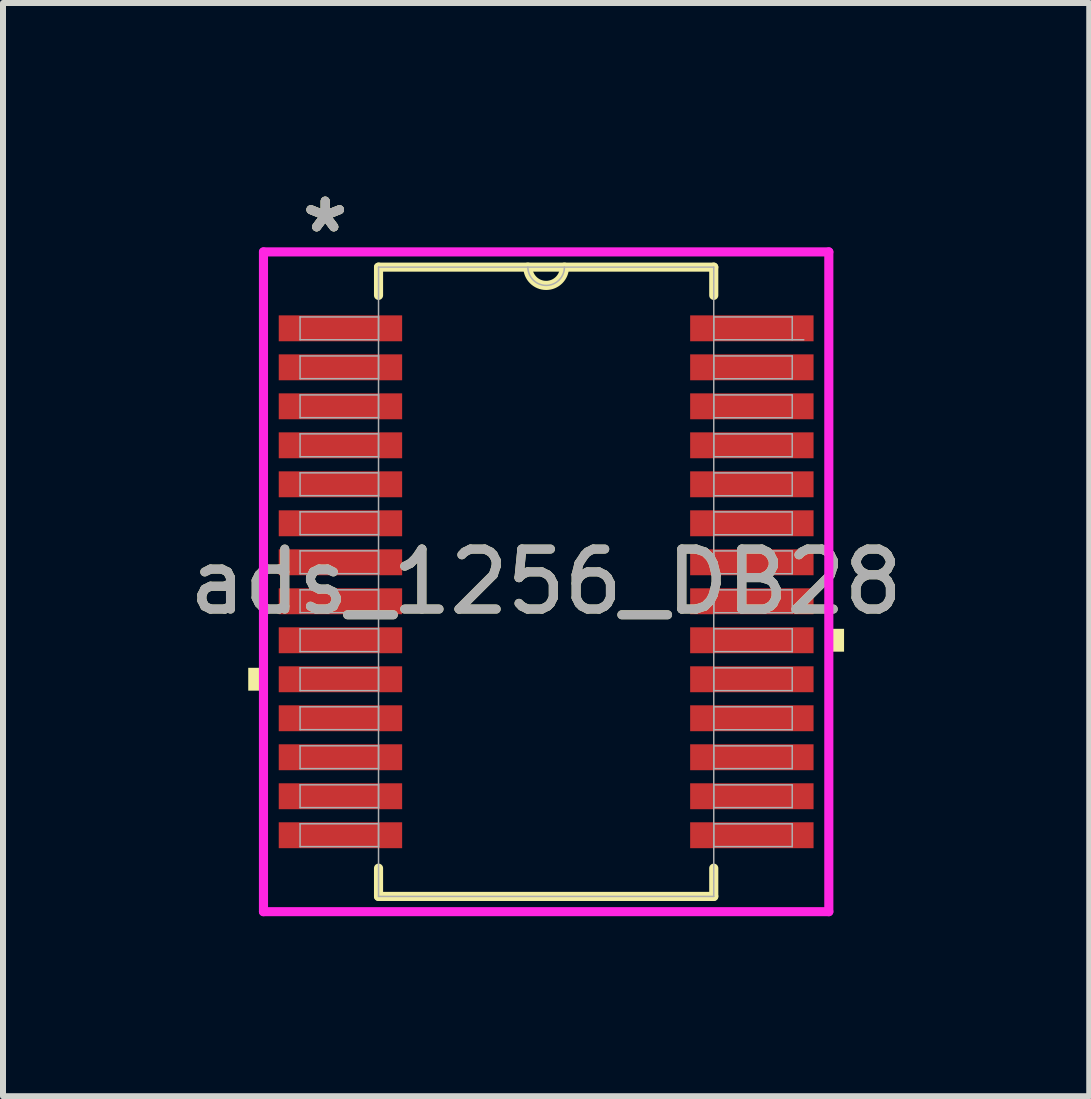
<source format=kicad_pcb>
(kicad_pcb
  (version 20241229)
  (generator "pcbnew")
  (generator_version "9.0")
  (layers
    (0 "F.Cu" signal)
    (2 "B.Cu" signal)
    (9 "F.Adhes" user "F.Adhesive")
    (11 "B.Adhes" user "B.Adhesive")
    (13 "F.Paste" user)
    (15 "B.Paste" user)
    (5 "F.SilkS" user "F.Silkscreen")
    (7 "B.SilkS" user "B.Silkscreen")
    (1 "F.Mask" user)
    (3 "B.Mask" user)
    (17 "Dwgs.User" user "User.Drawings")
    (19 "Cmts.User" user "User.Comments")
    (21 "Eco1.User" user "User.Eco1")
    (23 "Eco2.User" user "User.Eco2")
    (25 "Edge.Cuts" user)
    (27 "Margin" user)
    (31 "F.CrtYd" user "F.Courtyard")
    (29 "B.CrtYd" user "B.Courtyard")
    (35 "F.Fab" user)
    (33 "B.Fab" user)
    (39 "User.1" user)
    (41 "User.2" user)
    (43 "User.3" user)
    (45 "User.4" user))
  (footprint "ads_1256_DB28"
    (layer "F.Cu")
    (at 6.054 6.648)
    (property "Reference" "ads_1256_DB28" (at 0 0 0) (unlocked yes) (layer "F.SilkS") (effects (font (size 1 1) (thickness 0.15))))
    (attr smd)
    (fp_line (start -2.794 -5.245) (end -2.794 -4.774) (stroke (width 0.152) (type solid)) (layer "F.SilkS"))
    (fp_line (start -2.794 4.774) (end -2.794 5.245) (stroke (width 0.152) (type solid)) (layer "F.SilkS"))
    (fp_line (start -2.794 5.245) (end 2.794 5.245) (stroke (width 0.152) (type solid)) (layer "F.SilkS"))
    (fp_line (start 2.794 -5.245) (end -2.794 -5.245) (stroke (width 0.152) (type solid)) (layer "F.SilkS"))
    (fp_line (start 2.794 -4.774) (end 2.794 -5.245) (stroke (width 0.152) (type solid)) (layer "F.SilkS"))
    (fp_line (start 2.794 5.245) (end 2.794 4.774) (stroke (width 0.152) (type solid)) (layer "F.SilkS"))
    (fp_arc (start 0.3048 -5.2451) (mid 0 -4.9403) (end -0.3048 -5.2451) (stroke (width 0.1524) (type solid)) (layer "F.SilkS"))
    (fp_poly (pts (xy -4.966 1.434) (xy -4.966 1.815) (xy -4.712 1.815) (xy -4.712 1.434)) (stroke (width 0) (type solid)) (fill yes) (layer "F.SilkS"))
    (fp_poly (pts (xy 4.966 0.784) (xy 4.966 1.165) (xy 4.712 1.165) (xy 4.712 0.784)) (stroke (width 0) (type solid)) (fill yes) (layer "F.SilkS"))
    (fp_line (start -4.712 -5.499) (end 4.712 -5.499) (stroke (width 0.152) (type solid)) (layer "F.CrtYd"))
    (fp_line (start -4.712 5.499) (end -4.712 -5.499) (stroke (width 0.152) (type solid)) (layer "F.CrtYd"))
    (fp_line (start 4.712 -5.499) (end 4.712 5.499) (stroke (width 0.152) (type solid)) (layer "F.CrtYd"))
    (fp_line (start 4.712 5.499) (end -4.712 5.499) (stroke (width 0.152) (type solid)) (layer "F.CrtYd"))
    (fp_line (start -4.102 -4.415) (end -4.102 -4.035) (stroke (width 0.025) (type solid)) (layer "F.Fab"))
    (fp_line (start -4.102 -4.035) (end -2.794 -4.035) (stroke (width 0.025) (type solid)) (layer "F.Fab"))
    (fp_line (start -4.102 -3.765) (end -4.102 -3.385) (stroke (width 0.025) (type solid)) (layer "F.Fab"))
    (fp_line (start -4.102 -3.385) (end -2.794 -3.385) (stroke (width 0.025) (type solid)) (layer "F.Fab"))
    (fp_line (start -4.102 -3.115) (end -4.102 -2.735) (stroke (width 0.025) (type solid)) (layer "F.Fab"))
    (fp_line (start -4.102 -2.735) (end -2.794 -2.735) (stroke (width 0.025) (type solid)) (layer "F.Fab"))
    (fp_line (start -4.102 -2.466) (end -4.102 -2.084) (stroke (width 0.025) (type solid)) (layer "F.Fab"))
    (fp_line (start -4.102 -2.084) (end -2.794 -2.084) (stroke (width 0.025) (type solid)) (layer "F.Fab"))
    (fp_line (start -4.102 -1.816) (end -4.102 -1.435) (stroke (width 0.025) (type solid)) (layer "F.Fab"))
    (fp_line (start -4.102 -1.435) (end -2.794 -1.435) (stroke (width 0.025) (type solid)) (layer "F.Fab"))
    (fp_line (start -4.102 -1.166) (end -4.102 -0.785) (stroke (width 0.025) (type solid)) (layer "F.Fab"))
    (fp_line (start -4.102 -0.785) (end -2.794 -0.785) (stroke (width 0.025) (type solid)) (layer "F.Fab"))
    (fp_line (start -4.102 -0.516) (end -4.102 -0.135) (stroke (width 0.025) (type solid)) (layer "F.Fab"))
    (fp_line (start -4.102 -0.135) (end -2.794 -0.135) (stroke (width 0.025) (type solid)) (layer "F.Fab"))
    (fp_line (start -4.102 0.134) (end -4.102 0.515) (stroke (width 0.025) (type solid)) (layer "F.Fab"))
    (fp_line (start -4.102 0.515) (end -2.794 0.515) (stroke (width 0.025) (type solid)) (layer "F.Fab"))
    (fp_line (start -4.102 0.784) (end -4.102 1.165) (stroke (width 0.025) (type solid)) (layer "F.Fab"))
    (fp_line (start -4.102 1.165) (end -2.794 1.165) (stroke (width 0.025) (type solid)) (layer "F.Fab"))
    (fp_line (start -4.102 1.434) (end -4.102 1.815) (stroke (width 0.025) (type solid)) (layer "F.Fab"))
    (fp_line (start -4.102 1.815) (end -2.794 1.815) (stroke (width 0.025) (type solid)) (layer "F.Fab"))
    (fp_line (start -4.102 2.084) (end -4.102 2.465) (stroke (width 0.025) (type solid)) (layer "F.Fab"))
    (fp_line (start -4.102 2.465) (end -2.794 2.465) (stroke (width 0.025) (type solid)) (layer "F.Fab"))
    (fp_line (start -4.102 2.734) (end -4.102 3.115) (stroke (width 0.025) (type solid)) (layer "F.Fab"))
    (fp_line (start -4.102 3.115) (end -2.794 3.115) (stroke (width 0.025) (type solid)) (layer "F.Fab"))
    (fp_line (start -4.102 3.384) (end -4.102 3.765) (stroke (width 0.025) (type solid)) (layer "F.Fab"))
    (fp_line (start -4.102 3.765) (end -2.794 3.765) (stroke (width 0.025) (type solid)) (layer "F.Fab"))
    (fp_line (start -4.102 4.034) (end -4.102 4.415) (stroke (width 0.025) (type solid)) (layer "F.Fab"))
    (fp_line (start -4.102 4.415) (end -2.794 4.415) (stroke (width 0.025) (type solid)) (layer "F.Fab"))
    (fp_line (start -2.794 -5.245) (end -2.794 5.245) (stroke (width 0.025) (type solid)) (layer "F.Fab"))
    (fp_line (start -2.794 -4.415) (end -4.102 -4.415) (stroke (width 0.025) (type solid)) (layer "F.Fab"))
    (fp_line (start -2.794 -4.035) (end -2.794 -4.415) (stroke (width 0.025) (type solid)) (layer "F.Fab"))
    (fp_line (start -2.794 -3.765) (end -4.102 -3.765) (stroke (width 0.025) (type solid)) (layer "F.Fab"))
    (fp_line (start -2.794 -3.385) (end -2.794 -3.765) (stroke (width 0.025) (type solid)) (layer "F.Fab"))
    (fp_line (start -2.794 -3.115) (end -4.102 -3.115) (stroke (width 0.025) (type solid)) (layer "F.Fab"))
    (fp_line (start -2.794 -2.735) (end -2.794 -3.115) (stroke (width 0.025) (type solid)) (layer "F.Fab"))
    (fp_line (start -2.794 -2.466) (end -4.102 -2.466) (stroke (width 0.025) (type solid)) (layer "F.Fab"))
    (fp_line (start -2.794 -2.084) (end -2.794 -2.466) (stroke (width 0.025) (type solid)) (layer "F.Fab"))
    (fp_line (start -2.794 -1.816) (end -4.102 -1.816) (stroke (width 0.025) (type solid)) (layer "F.Fab"))
    (fp_line (start -2.794 -1.435) (end -2.794 -1.816) (stroke (width 0.025) (type solid)) (layer "F.Fab"))
    (fp_line (start -2.794 -1.166) (end -4.102 -1.166) (stroke (width 0.025) (type solid)) (layer "F.Fab"))
    (fp_line (start -2.794 -0.785) (end -2.794 -1.166) (stroke (width 0.025) (type solid)) (layer "F.Fab"))
    (fp_line (start -2.794 -0.516) (end -4.102 -0.516) (stroke (width 0.025) (type solid)) (layer "F.Fab"))
    (fp_line (start -2.794 -0.135) (end -2.794 -0.516) (stroke (width 0.025) (type solid)) (layer "F.Fab"))
    (fp_line (start -2.794 0.134) (end -4.102 0.134) (stroke (width 0.025) (type solid)) (layer "F.Fab"))
    (fp_line (start -2.794 0.515) (end -2.794 0.134) (stroke (width 0.025) (type solid)) (layer "F.Fab"))
    (fp_line (start -2.794 0.784) (end -4.102 0.784) (stroke (width 0.025) (type solid)) (layer "F.Fab"))
    (fp_line (start -2.794 1.165) (end -2.794 0.784) (stroke (width 0.025) (type solid)) (layer "F.Fab"))
    (fp_line (start -2.794 1.434) (end -4.102 1.434) (stroke (width 0.025) (type solid)) (layer "F.Fab"))
    (fp_line (start -2.794 1.815) (end -2.794 1.434) (stroke (width 0.025) (type solid)) (layer "F.Fab"))
    (fp_line (start -2.794 2.084) (end -4.102 2.084) (stroke (width 0.025) (type solid)) (layer "F.Fab"))
    (fp_line (start -2.794 2.465) (end -2.794 2.084) (stroke (width 0.025) (type solid)) (layer "F.Fab"))
    (fp_line (start -2.794 2.734) (end -4.102 2.734) (stroke (width 0.025) (type solid)) (layer "F.Fab"))
    (fp_line (start -2.794 3.115) (end -2.794 2.734) (stroke (width 0.025) (type solid)) (layer "F.Fab"))
    (fp_line (start -2.794 3.384) (end -4.102 3.384) (stroke (width 0.025) (type solid)) (layer "F.Fab"))
    (fp_line (start -2.794 3.765) (end -2.794 3.384) (stroke (width 0.025) (type solid)) (layer "F.Fab"))
    (fp_line (start -2.794 4.034) (end -4.102 4.034) (stroke (width 0.025) (type solid)) (layer "F.Fab"))
    (fp_line (start -2.794 4.415) (end -2.794 4.034) (stroke (width 0.025) (type solid)) (layer "F.Fab"))
    (fp_line (start -2.794 5.245) (end 2.794 5.245) (stroke (width 0.025) (type solid)) (layer "F.Fab"))
    (fp_line (start 2.794 -5.245) (end -2.794 -5.245) (stroke (width 0.025) (type solid)) (layer "F.Fab"))
    (fp_line (start 2.794 -4.415) (end 2.794 -4.034) (stroke (width 0.025) (type solid)) (layer "F.Fab"))
    (fp_line (start 2.794 -4.034) (end 4.294 -4.034) (stroke (width 0.025) (type solid)) (layer "F.Fab"))
    (fp_line (start 2.794 -3.765) (end 2.794 -3.384) (stroke (width 0.025) (type solid)) (layer "F.Fab"))
    (fp_line (start 2.794 -3.384) (end 4.102 -3.384) (stroke (width 0.025) (type solid)) (layer "F.Fab"))
    (fp_line (start 2.794 -3.115) (end 2.794 -2.734) (stroke (width 0.025) (type solid)) (layer "F.Fab"))
    (fp_line (start 2.794 -2.734) (end 4.102 -2.734) (stroke (width 0.025) (type solid)) (layer "F.Fab"))
    (fp_line (start 2.794 -2.465) (end 2.794 -2.084) (stroke (width 0.025) (type solid)) (layer "F.Fab"))
    (fp_line (start 2.794 -2.084) (end 4.102 -2.084) (stroke (width 0.025) (type solid)) (layer "F.Fab"))
    (fp_line (start 2.794 -1.815) (end 2.794 -1.434) (stroke (width 0.025) (type solid)) (layer "F.Fab"))
    (fp_line (start 2.794 -1.434) (end 4.102 -1.434) (stroke (width 0.025) (type solid)) (layer "F.Fab"))
    (fp_line (start 2.794 -1.165) (end 2.794 -0.784) (stroke (width 0.025) (type solid)) (layer "F.Fab"))
    (fp_line (start 2.794 -0.784) (end 4.102 -0.784) (stroke (width 0.025) (type solid)) (layer "F.Fab"))
    (fp_line (start 2.794 -0.515) (end 2.794 -0.134) (stroke (width 0.025) (type solid)) (layer "F.Fab"))
    (fp_line (start 2.794 -0.134) (end 4.102 -0.134) (stroke (width 0.025) (type solid)) (layer "F.Fab"))
    (fp_line (start 2.794 0.135) (end 2.794 0.516) (stroke (width 0.025) (type solid)) (layer "F.Fab"))
    (fp_line (start 2.794 0.516) (end 4.102 0.516) (stroke (width 0.025) (type solid)) (layer "F.Fab"))
    (fp_line (start 2.794 0.784) (end 2.794 1.165) (stroke (width 0.025) (type solid)) (layer "F.Fab"))
    (fp_line (start 2.794 1.165) (end 4.102 1.165) (stroke (width 0.025) (type solid)) (layer "F.Fab"))
    (fp_line (start 2.794 1.435) (end 2.794 1.815) (stroke (width 0.025) (type solid)) (layer "F.Fab"))
    (fp_line (start 2.794 1.815) (end 4.102 1.815) (stroke (width 0.025) (type solid)) (layer "F.Fab"))
    (fp_line (start 2.794 2.084) (end 2.794 2.466) (stroke (width 0.025) (type solid)) (layer "F.Fab"))
    (fp_line (start 2.794 2.466) (end 4.102 2.466) (stroke (width 0.025) (type solid)) (layer "F.Fab"))
    (fp_line (start 2.794 2.735) (end 2.794 3.115) (stroke (width 0.025) (type solid)) (layer "F.Fab"))
    (fp_line (start 2.794 3.115) (end 4.102 3.115) (stroke (width 0.025) (type solid)) (layer "F.Fab"))
    (fp_line (start 2.794 3.385) (end 2.794 3.765) (stroke (width 0.025) (type solid)) (layer "F.Fab"))
    (fp_line (start 2.794 3.765) (end 4.102 3.765) (stroke (width 0.025) (type solid)) (layer "F.Fab"))
    (fp_line (start 2.794 4.035) (end 2.794 4.415) (stroke (width 0.025) (type solid)) (layer "F.Fab"))
    (fp_line (start 2.794 4.415) (end 4.102 4.415) (stroke (width 0.025) (type solid)) (layer "F.Fab"))
    (fp_line (start 2.794 5.245) (end 2.794 -5.245) (stroke (width 0.025) (type solid)) (layer "F.Fab"))
    (fp_line (start 4.102 -4.415) (end 2.794 -4.415) (stroke (width 0.025) (type solid)) (layer "F.Fab"))
    (fp_line (start 4.102 -4.034) (end 4.102 -4.415) (stroke (width 0.025) (type solid)) (layer "F.Fab"))
    (fp_line (start 4.102 -3.765) (end 2.794 -3.765) (stroke (width 0.025) (type solid)) (layer "F.Fab"))
    (fp_line (start 4.102 -3.384) (end 4.102 -3.765) (stroke (width 0.025) (type solid)) (layer "F.Fab"))
    (fp_line (start 4.102 -3.115) (end 2.794 -3.115) (stroke (width 0.025) (type solid)) (layer "F.Fab"))
    (fp_line (start 4.102 -2.734) (end 4.102 -3.115) (stroke (width 0.025) (type solid)) (layer "F.Fab"))
    (fp_line (start 4.102 -2.465) (end 2.794 -2.465) (stroke (width 0.025) (type solid)) (layer "F.Fab"))
    (fp_line (start 4.102 -2.084) (end 4.102 -2.465) (stroke (width 0.025) (type solid)) (layer "F.Fab"))
    (fp_line (start 4.102 -1.815) (end 2.794 -1.815) (stroke (width 0.025) (type solid)) (layer "F.Fab"))
    (fp_line (start 4.102 -1.434) (end 4.102 -1.815) (stroke (width 0.025) (type solid)) (layer "F.Fab"))
    (fp_line (start 4.102 -1.165) (end 2.794 -1.165) (stroke (width 0.025) (type solid)) (layer "F.Fab"))
    (fp_line (start 4.102 -0.784) (end 4.102 -1.165) (stroke (width 0.025) (type solid)) (layer "F.Fab"))
    (fp_line (start 4.102 -0.515) (end 2.794 -0.515) (stroke (width 0.025) (type solid)) (layer "F.Fab"))
    (fp_line (start 4.102 -0.134) (end 4.102 -0.515) (stroke (width 0.025) (type solid)) (layer "F.Fab"))
    (fp_line (start 4.102 0.135) (end 2.794 0.135) (stroke (width 0.025) (type solid)) (layer "F.Fab"))
    (fp_line (start 4.102 0.516) (end 4.102 0.135) (stroke (width 0.025) (type solid)) (layer "F.Fab"))
    (fp_line (start 4.102 0.784) (end 2.794 0.784) (stroke (width 0.025) (type solid)) (layer "F.Fab"))
    (fp_line (start 4.102 1.165) (end 4.102 0.784) (stroke (width 0.025) (type solid)) (layer "F.Fab"))
    (fp_line (start 4.102 1.435) (end 2.794 1.435) (stroke (width 0.025) (type solid)) (layer "F.Fab"))
    (fp_line (start 4.102 1.815) (end 4.102 1.435) (stroke (width 0.025) (type solid)) (layer "F.Fab"))
    (fp_line (start 4.102 2.084) (end 2.794 2.084) (stroke (width 0.025) (type solid)) (layer "F.Fab"))
    (fp_line (start 4.102 2.466) (end 4.102 2.084) (stroke (width 0.025) (type solid)) (layer "F.Fab"))
    (fp_line (start 4.102 2.735) (end 2.794 2.735) (stroke (width 0.025) (type solid)) (layer "F.Fab"))
    (fp_line (start 4.102 3.115) (end 4.102 2.735) (stroke (width 0.025) (type solid)) (layer "F.Fab"))
    (fp_line (start 4.102 3.385) (end 2.794 3.385) (stroke (width 0.025) (type solid)) (layer "F.Fab"))
    (fp_line (start 4.102 3.765) (end 4.102 3.385) (stroke (width 0.025) (type solid)) (layer "F.Fab"))
    (fp_line (start 4.102 4.035) (end 2.794 4.035) (stroke (width 0.025) (type solid)) (layer "F.Fab"))
    (fp_line (start 4.102 4.415) (end 4.102 4.035) (stroke (width 0.025) (type solid)) (layer "F.Fab"))
    (fp_arc (start 0.3048 -5.2451) (mid 0 -4.9403) (end -0.3048 -5.2451) (stroke (width 0.0254) (type solid)) (layer "F.Fab"))
    (fp_text user "*" (at -3.683 -5.8 0) (layer "F.SilkS") (effects (font (size 1 1) (thickness 0.15))))
    (fp_text user "*" (at -3.683 -5.8 0) (unlocked yes) (layer "F.SilkS") (effects (font (size 1 1) (thickness 0.15))))
    (fp_text user "${REFERENCE}" (at 0 0 0) (unlocked yes) (layer "F.Fab") (effects (font (size 1 1) (thickness 0.15))))
    (fp_text user "*" (at -3.683 -5.8 0) (layer "F.Fab") (effects (font (size 1 1) (thickness 0.15))))
    (fp_text user "*" (at -3.683 -5.8 0) (unlocked yes) (layer "F.Fab") (effects (font (size 1 1) (thickness 0.15))))
    (pad "1" smd rect (at -3.429 -4.225) (size 2.057 0.432) (layers "F.Cu" "F.Mask" "F.Paste"))
    (pad "2" smd rect (at -3.429 -3.575) (size 2.057 0.432) (layers "F.Cu" "F.Mask" "F.Paste"))
    (pad "3" smd rect (at -3.429 -2.925) (size 2.057 0.432) (layers "F.Cu" "F.Mask" "F.Paste"))
    (pad "4" smd rect (at -3.429 -2.275) (size 2.057 0.432) (layers "F.Cu" "F.Mask" "F.Paste"))
    (pad "5" smd rect (at -3.429 -1.625) (size 2.057 0.432) (layers "F.Cu" "F.Mask" "F.Paste"))
    (pad "6" smd rect (at -3.429 -0.975) (size 2.057 0.432) (layers "F.Cu" "F.Mask" "F.Paste"))
    (pad "7" smd rect (at -3.429 -0.325) (size 2.057 0.432) (layers "F.Cu" "F.Mask" "F.Paste"))
    (pad "8" smd rect (at -3.429 0.325) (size 2.057 0.432) (layers "F.Cu" "F.Mask" "F.Paste"))
    (pad "9" smd rect (at -3.429 0.975) (size 2.057 0.432) (layers "F.Cu" "F.Mask" "F.Paste"))
    (pad "10" smd rect (at -3.429 1.625) (size 2.057 0.432) (layers "F.Cu" "F.Mask" "F.Paste"))
    (pad "11" smd rect (at -3.429 2.275) (size 2.057 0.432) (layers "F.Cu" "F.Mask" "F.Paste"))
    (pad "12" smd rect (at -3.429 2.925) (size 2.057 0.432) (layers "F.Cu" "F.Mask" "F.Paste"))
    (pad "13" smd rect (at -3.429 3.575) (size 2.057 0.432) (layers "F.Cu" "F.Mask" "F.Paste"))
    (pad "14" smd rect (at -3.429 4.225) (size 2.057 0.432) (layers "F.Cu" "F.Mask" "F.Paste"))
    (pad "15" smd rect (at 3.429 4.225) (size 2.057 0.432) (layers "F.Cu" "F.Mask" "F.Paste"))
    (pad "16" smd rect (at 3.429 3.575) (size 2.057 0.432) (layers "F.Cu" "F.Mask" "F.Paste"))
    (pad "17" smd rect (at 3.429 2.925) (size 2.057 0.432) (layers "F.Cu" "F.Mask" "F.Paste"))
    (pad "18" smd rect (at 3.429 2.275) (size 2.057 0.432) (layers "F.Cu" "F.Mask" "F.Paste"))
    (pad "19" smd rect (at 3.429 1.625) (size 2.057 0.432) (layers "F.Cu" "F.Mask" "F.Paste"))
    (pad "20" smd rect (at 3.429 0.975) (size 2.057 0.432) (layers "F.Cu" "F.Mask" "F.Paste"))
    (pad "21" smd rect (at 3.429 0.325) (size 2.057 0.432) (layers "F.Cu" "F.Mask" "F.Paste"))
    (pad "22" smd rect (at 3.429 -0.325) (size 2.057 0.432) (layers "F.Cu" "F.Mask" "F.Paste"))
    (pad "23" smd rect (at 3.429 -0.975) (size 2.057 0.432) (layers "F.Cu" "F.Mask" "F.Paste"))
    (pad "24" smd rect (at 3.429 -1.625) (size 2.057 0.432) (layers "F.Cu" "F.Mask" "F.Paste"))
    (pad "25" smd rect (at 3.429 -2.275) (size 2.057 0.432) (layers "F.Cu" "F.Mask" "F.Paste"))
    (pad "26" smd rect (at 3.429 -2.925) (size 2.057 0.432) (layers "F.Cu" "F.Mask" "F.Paste"))
    (pad "27" smd rect (at 3.429 -3.575) (size 2.057 0.432) (layers "F.Cu" "F.Mask" "F.Paste"))
    (pad "28" smd rect (at 3.429 -4.225) (size 2.057 0.432) (layers "F.Cu" "F.Mask" "F.Paste")))
  (gr_rect
    (start -3 -3)
    (end 15.107 15.223)
    (stroke (width 0.1) (type default))
    (fill no)
    (layer "Edge.Cuts")))
</source>
